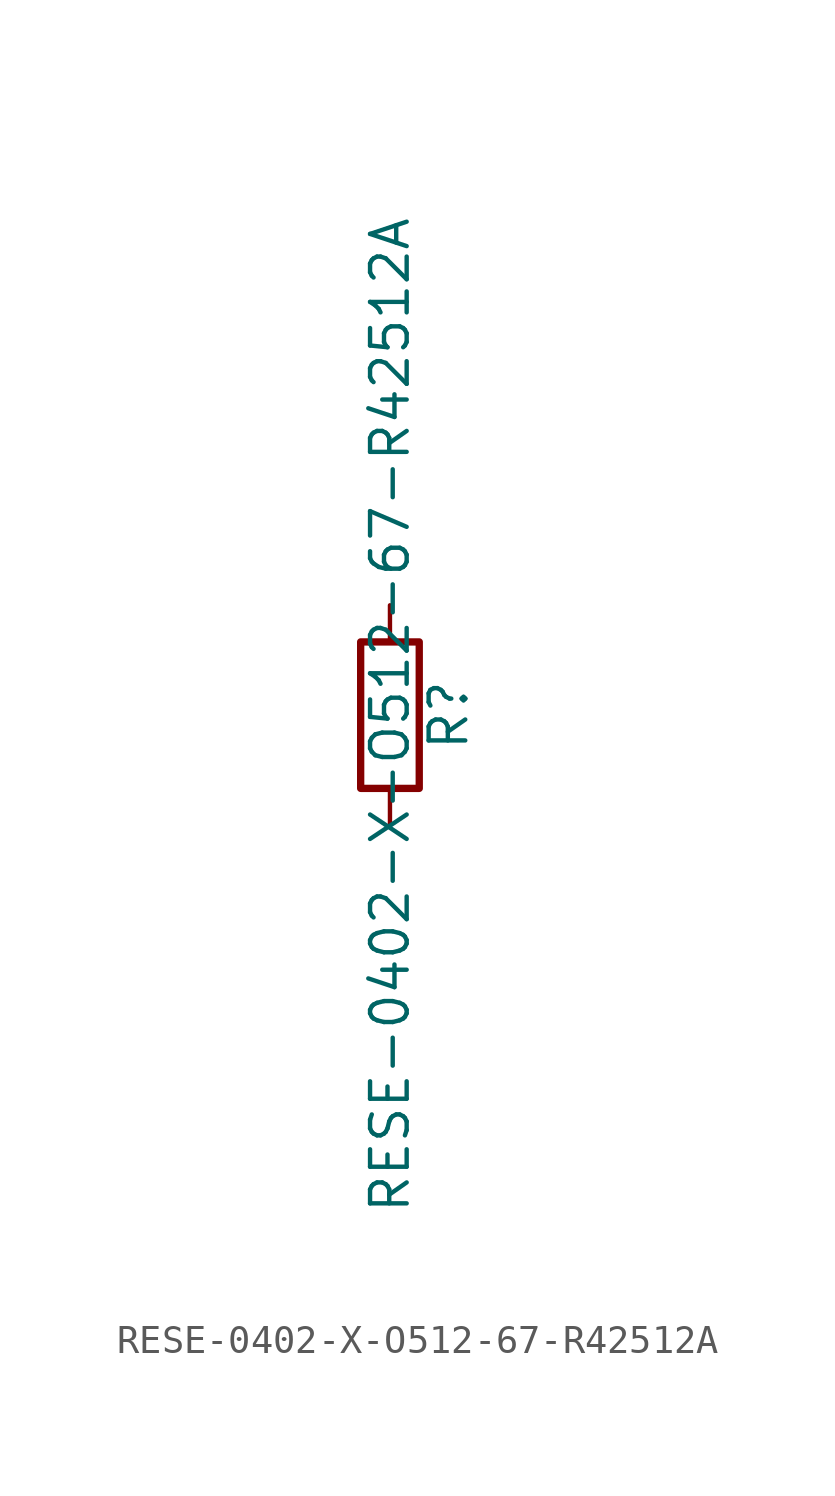
<source format=kicad_sym>
(kicad_symbol_lib
  (version 20211014)
  (generator kicad_symbol_editor)
  (symbol "RESE-0402-X-O512-67-R42512A"
    (pin_numbers hide)
    (pin_names
      (offset 0))
    (property "Reference" "R"
      (at 2.032 0 90)
      (effects (font (size 1.27 1.27))))
    (property "Value" "RESE-0402-X-O512-67-R42512A"
      (at 0 0 90)
      (effects (font (size 1.27 1.27))))
    (symbol "RESE-0402-X-O512-67-R42512A_0_1"
      (rectangle (start -1.016 -2.54) (end 1.016 2.54) (stroke (width 0.254) (type default) (color 0 0 0 0)) (fill (type none))))
    (symbol "RESE-0402-X-O512-67-R42512A_1_1"
      (pin passive line (at 0 3.81 270) (length 1.27) (name "~" (effects (font (size 1.27 1.27)))) (number "1" (effects (font (size 1.27 1.27)))))
      (pin passive line (at 0 -3.81 90) (length 1.27) (name "~" (effects (font (size 1.27 1.27)))) (number "2" (effects (font (size 1.27 1.27))))))))
</source>
